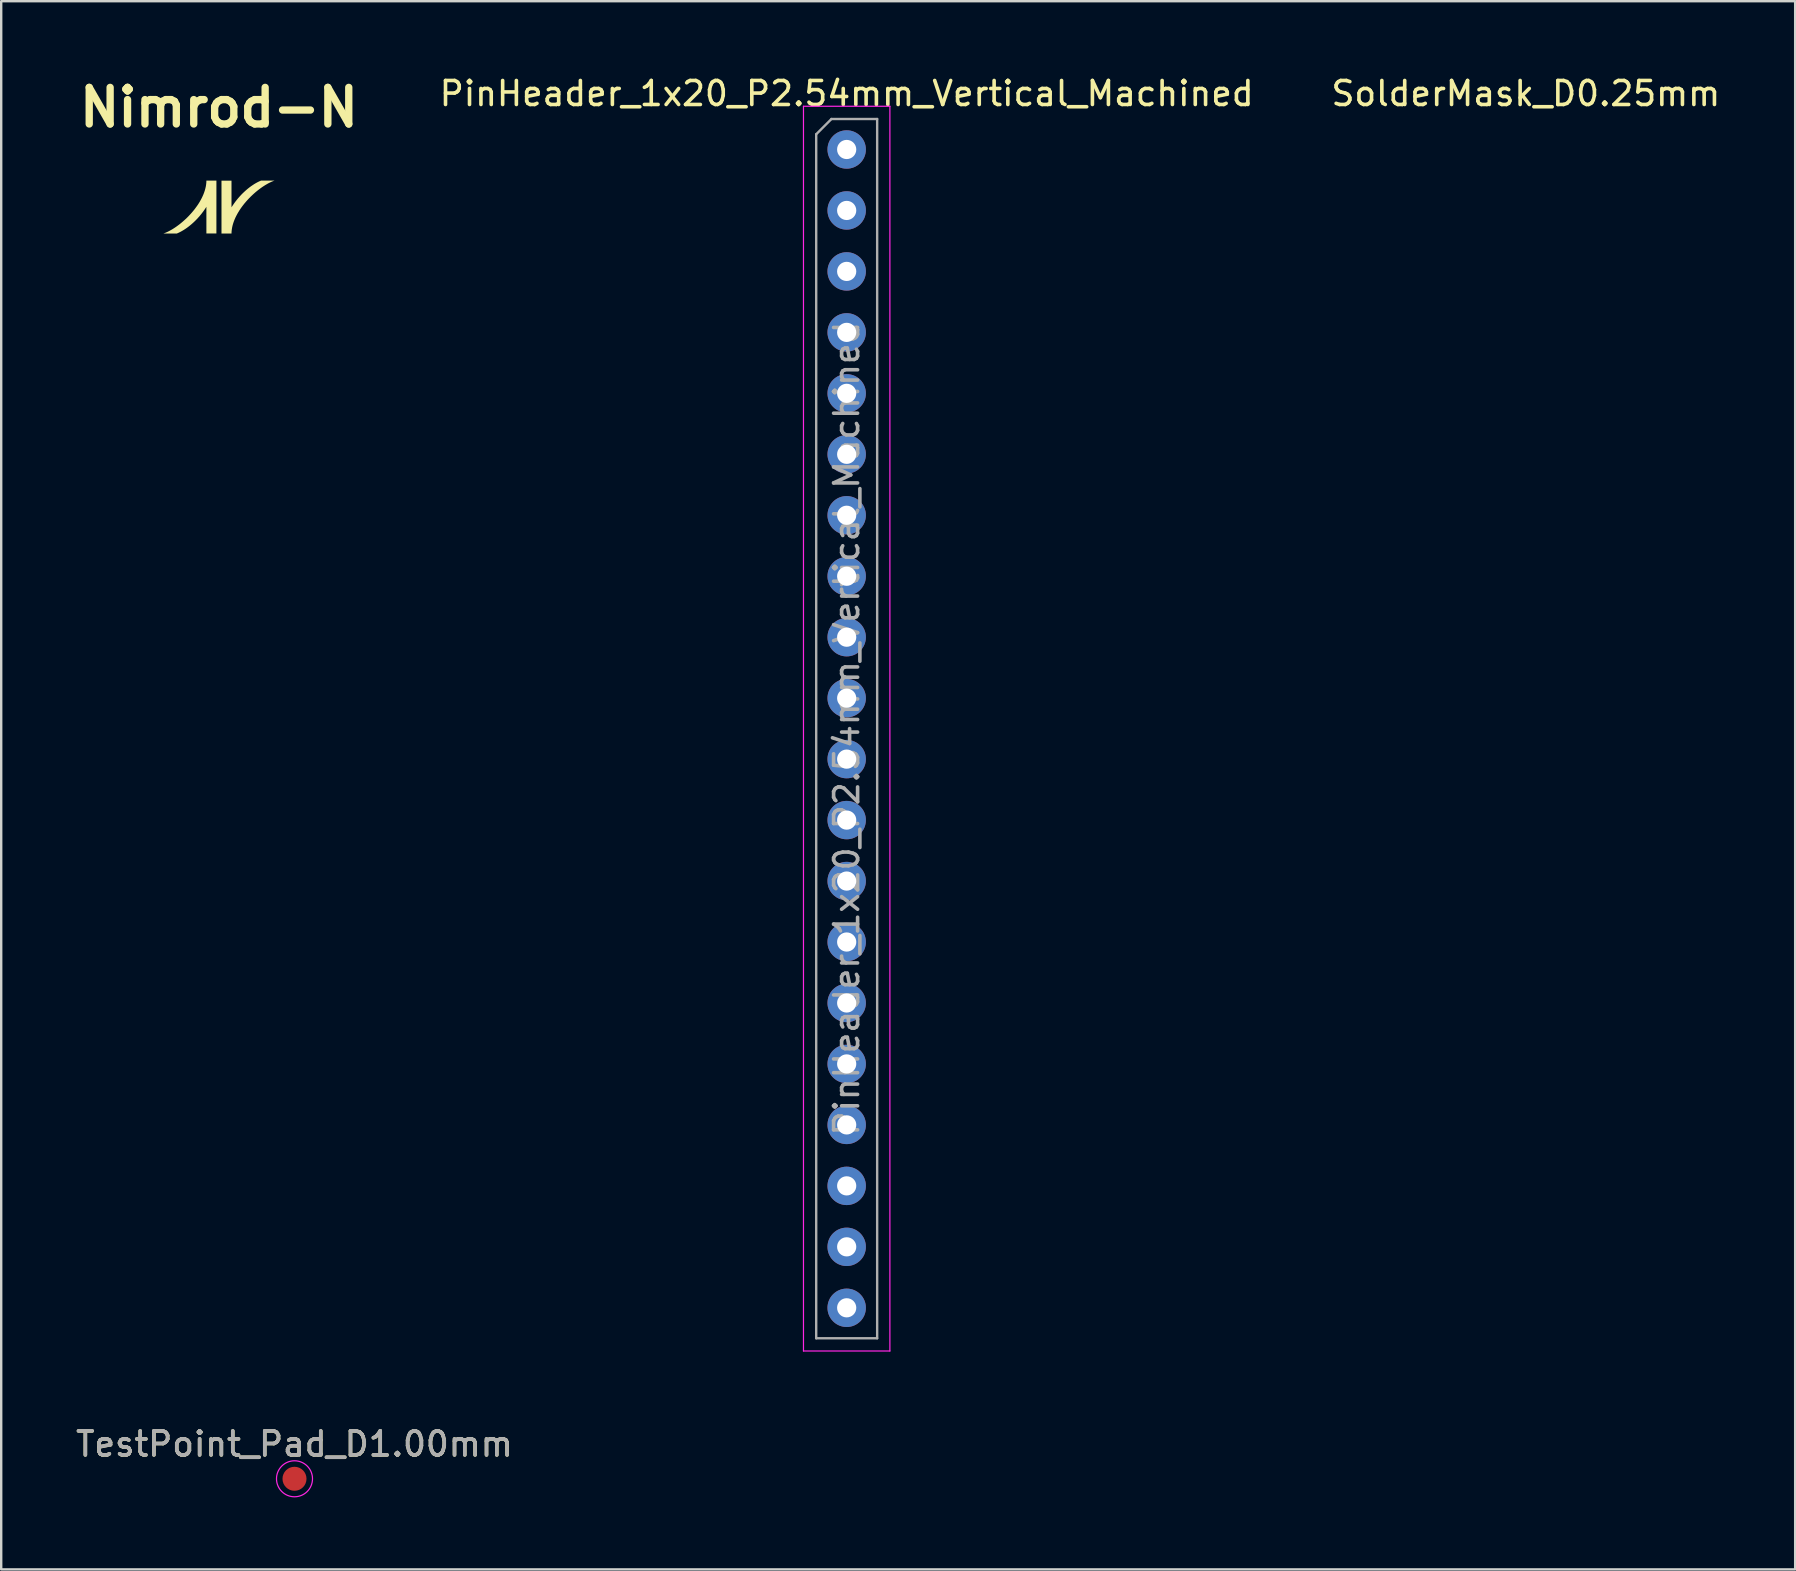
<source format=kicad_pcb>
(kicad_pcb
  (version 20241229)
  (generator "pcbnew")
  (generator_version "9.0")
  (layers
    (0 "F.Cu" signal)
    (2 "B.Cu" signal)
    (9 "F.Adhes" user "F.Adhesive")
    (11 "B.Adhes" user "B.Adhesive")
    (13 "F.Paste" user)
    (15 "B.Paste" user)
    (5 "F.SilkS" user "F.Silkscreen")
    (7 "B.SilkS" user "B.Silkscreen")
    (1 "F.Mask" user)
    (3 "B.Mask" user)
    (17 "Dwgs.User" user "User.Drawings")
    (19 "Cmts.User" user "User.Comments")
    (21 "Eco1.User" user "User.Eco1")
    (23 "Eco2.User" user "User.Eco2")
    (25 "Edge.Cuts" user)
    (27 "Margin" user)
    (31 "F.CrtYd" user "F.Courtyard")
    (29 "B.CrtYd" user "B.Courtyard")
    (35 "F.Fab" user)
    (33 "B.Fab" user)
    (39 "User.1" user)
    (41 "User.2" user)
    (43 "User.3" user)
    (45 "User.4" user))
  (footprint "SolderMask_D0.25mm"
    (layer "F.Cu")
    (at 60.533 2.028)
    (property "Reference" "SolderMask_D0.25mm" (at -0.01 -1.18 0) (layer "F.SilkS") (effects (font (size 1 1) (thickness 0.15))))
    (attr board_only exclude_from_pos_files exclude_from_bom allow_missing_courtyard)
    (fp_circle (center 0 0) (end 0.125 0) (stroke (width 0) (type solid)) (fill yes) (layer "F.Mask")))
  (footprint "PinHeader_1x20_P2.54mm_Vertical_Machined"
    (layer "F.Cu")
    (at 32.226 3.178)
    (property "Reference" "PinHeader_1x20_P2.54mm_Vertical_Machined" (at 0 -2.33 0) (layer "F.SilkS") (effects (font (size 1 1) (thickness 0.15))))
    (attr through_hole)
    (fp_line (start -1.8 -1.8) (end -1.8 50.06) (stroke (width 0.05) (type solid)) (layer "F.CrtYd"))
    (fp_line (start -1.8 50.06) (end 1.8 50.06) (stroke (width 0.05) (type solid)) (layer "F.CrtYd"))
    (fp_line (start 1.8 -1.8) (end -1.8 -1.8) (stroke (width 0.05) (type solid)) (layer "F.CrtYd"))
    (fp_line (start 1.8 50.06) (end 1.8 -1.8) (stroke (width 0.05) (type solid)) (layer "F.CrtYd"))
    (fp_line (start -1.27 -0.635) (end -0.635 -1.27) (stroke (width 0.1) (type solid)) (layer "F.Fab"))
    (fp_line (start -1.27 49.53) (end -1.27 -0.635) (stroke (width 0.1) (type solid)) (layer "F.Fab"))
    (fp_line (start -0.635 -1.27) (end 1.27 -1.27) (stroke (width 0.1) (type solid)) (layer "F.Fab"))
    (fp_line (start 1.27 -1.27) (end 1.27 49.53) (stroke (width 0.1) (type solid)) (layer "F.Fab"))
    (fp_line (start 1.27 49.53) (end -1.27 49.53) (stroke (width 0.1) (type solid)) (layer "F.Fab"))
    (fp_text user "${REFERENCE}" (at 0 24.13 90) (layer "F.Fab") (effects (font (size 1 1) (thickness 0.15))))
    (pad "1" thru_hole circle (at 0 0) (size 1.6 1.6) (drill 0.8) (layers "*.Cu" "*.Mask"))
    (pad "2" thru_hole circle (at 0 2.54) (size 1.6 1.6) (drill 0.8) (layers "*.Cu" "*.Mask"))
    (pad "3" thru_hole circle (at 0 5.08) (size 1.6 1.6) (drill 0.8) (layers "*.Cu" "*.Mask"))
    (pad "4" thru_hole circle (at 0 7.62) (size 1.6 1.6) (drill 0.8) (layers "*.Cu" "*.Mask"))
    (pad "5" thru_hole circle (at 0 10.16) (size 1.6 1.6) (drill 0.8) (layers "*.Cu" "*.Mask"))
    (pad "6" thru_hole circle (at 0 12.7) (size 1.6 1.6) (drill 0.8) (layers "*.Cu" "*.Mask"))
    (pad "7" thru_hole circle (at 0 15.24) (size 1.6 1.6) (drill 0.8) (layers "*.Cu" "*.Mask"))
    (pad "8" thru_hole circle (at 0 17.78) (size 1.6 1.6) (drill 0.8) (layers "*.Cu" "*.Mask"))
    (pad "9" thru_hole circle (at 0 20.32) (size 1.6 1.6) (drill 0.8) (layers "*.Cu" "*.Mask"))
    (pad "10" thru_hole circle (at 0 22.86) (size 1.6 1.6) (drill 0.8) (layers "*.Cu" "*.Mask"))
    (pad "11" thru_hole circle (at 0 25.4) (size 1.6 1.6) (drill 0.8) (layers "*.Cu" "*.Mask"))
    (pad "12" thru_hole circle (at 0 27.94) (size 1.6 1.6) (drill 0.8) (layers "*.Cu" "*.Mask"))
    (pad "13" thru_hole circle (at 0 30.48) (size 1.6 1.6) (drill 0.8) (layers "*.Cu" "*.Mask"))
    (pad "14" thru_hole circle (at 0 33.02) (size 1.6 1.6) (drill 0.8) (layers "*.Cu" "*.Mask"))
    (pad "15" thru_hole circle (at 0 35.56) (size 1.6 1.6) (drill 0.8) (layers "*.Cu" "*.Mask"))
    (pad "16" thru_hole circle (at 0 38.1) (size 1.6 1.6) (drill 0.8) (layers "*.Cu" "*.Mask"))
    (pad "17" thru_hole circle (at 0 40.64) (size 1.6 1.6) (drill 0.8) (layers "*.Cu" "*.Mask"))
    (pad "18" thru_hole circle (at 0 43.18) (size 1.6 1.6) (drill 0.8) (layers "*.Cu" "*.Mask"))
    (pad "19" thru_hole circle (at 0 45.72) (size 1.6 1.6) (drill 0.8) (layers "*.Cu" "*.Mask"))
    (pad "20" thru_hole circle (at 0 48.26) (size 1.6 1.6) (drill 0.8) (layers "*.Cu" "*.Mask")))
  (footprint "Nimrod-N"
    (layer "F.Cu")
    (at 6.074 5.577)
    (property "Reference" "Nimrod-N" (at 0 -4.151 0) (layer "F.SilkS") (effects (font (size 1.524 1.524) (thickness 0.305))))
    (attr board_only exclude_from_pos_files exclude_from_bom allow_missing_courtyard)
    (fp_poly (pts (xy -0.525 -1.102) (xy -0.525 -1.094) (xy -0.528 -1.014) (xy -0.537 -0.933) (xy -0.55 -0.852) (xy -0.569 -0.771) (xy -0.591 -0.69) (xy -0.618 -0.609) (xy -0.649 -0.528) (xy -0.684 -0.448) (xy -0.722 -0.369) (xy -0.764 -0.29) (xy -0.808 -0.212) (xy -0.856 -0.135) (xy -0.907 -0.059) (xy -0.961 0.016) (xy -1.016 0.09) (xy -1.074 0.162) (xy -1.134 0.233) (xy -1.196 0.302) (xy -1.259 0.37) (xy -1.323 0.435) (xy -1.389 0.498) (xy -1.456 0.559) (xy -1.523 0.618) (xy -1.591 0.675) (xy -1.659 0.729) (xy -1.728 0.78) (xy -1.796 0.829) (xy -1.864 0.874) (xy -1.931 0.917) (xy -1.998 0.956) (xy -2.064 0.992) (xy -2.128 1.025) (xy -2.192 1.054) (xy -2.254 1.08) (xy -2.314 1.102) (xy -2.278 1.102) (xy -2.197 1.102) (xy -2.09 1.102) (xy -1.975 1.102) (xy -1.868 1.102) (xy -1.789 1.102) (xy -1.756 1.102) (xy -1.687 1.072) (xy -1.617 1.038) (xy -1.547 1) (xy -1.476 0.958) (xy -1.406 0.913) (xy -1.336 0.865) (xy -1.266 0.813) (xy -1.197 0.758) (xy -1.129 0.7) (xy -1.061 0.639) (xy -0.995 0.576) (xy -0.93 0.51) (xy -0.866 0.441) (xy -0.804 0.371) (xy -0.744 0.298) (xy -0.686 0.223) (xy -0.63 0.147) (xy -0.576 0.069) (xy -0.525 -0.01) (xy -0.525 1.101) (xy -0.108 1.101) (xy -0.107 -1.102) (xy -0.525 -1.102)) (stroke (width 0) (type solid)) (fill yes) (layer "F.SilkS"))
    (fp_poly (pts (xy 1.751 -1.102) (xy 1.681 -1.072) (xy 1.611 -1.038) (xy 1.541 -1) (xy 1.471 -0.959) (xy 1.401 -0.913) (xy 1.331 -0.865) (xy 1.261 -0.813) (xy 1.192 -0.758) (xy 1.124 -0.7) (xy 1.057 -0.639) (xy 0.99 -0.576) (xy 0.925 -0.51) (xy 0.862 -0.441) (xy 0.8 -0.371) (xy 0.74 -0.298) (xy 0.682 -0.224) (xy 0.626 -0.147) (xy 0.573 -0.069) (xy 0.521 0.01) (xy 0.521 -1.101) (xy 0.104 -1.101) (xy 0.104 1.102) (xy 0.521 1.102) (xy 0.521 1.094) (xy 0.525 1.013) (xy 0.534 0.933) (xy 0.547 0.852) (xy 0.565 0.771) (xy 0.588 0.69) (xy 0.615 0.609) (xy 0.646 0.528) (xy 0.68 0.448) (xy 0.719 0.369) (xy 0.761 0.29) (xy 0.806 0.212) (xy 0.854 0.134) (xy 0.905 0.058) (xy 0.958 -0.017) (xy 1.014 -0.09) (xy 1.072 -0.163) (xy 1.132 -0.233) (xy 1.194 -0.302) (xy 1.257 -0.37) (xy 1.322 -0.435) (xy 1.388 -0.498) (xy 1.455 -0.56) (xy 1.522 -0.619) (xy 1.59 -0.675) (xy 1.658 -0.729) (xy 1.727 -0.78) (xy 1.795 -0.829) (xy 1.863 -0.874) (xy 1.931 -0.917) (xy 1.998 -0.956) (xy 2.063 -0.993) (xy 2.128 -1.025) (xy 2.192 -1.055) (xy 2.253 -1.08) (xy 2.313 -1.102) (xy 2.282 -1.102) (xy 2.202 -1.102) (xy 2.092 -1.102) (xy 1.972 -1.102) (xy 1.862 -1.102) (xy 1.781 -1.102) (xy 1.751 -1.102)) (stroke (width 0) (type solid)) (fill yes) (layer "F.SilkS")))
  (footprint "TestPoint_Pad_D1.00mm"
    (layer "F.Cu")
    (at 9.22 58.562)
    (property "Reference" "TestPoint_Pad_D1.00mm" (at 0 -1.448 0) (layer "F.SilkS") (effects (font (size 1 1) (thickness 0.15))))
    (attr smd board_only exclude_from_pos_files exclude_from_bom)
    (fp_circle (center 0 0) (end 0.75 0) (stroke (width 0.05) (type solid)) (fill no) (layer "F.CrtYd"))
    (fp_text user "${REFERENCE}" (at 0 -1.45 0) (layer "F.Fab") (effects (font (size 1 1) (thickness 0.15))))
    (pad "1" smd circle (at 0 0) (size 1 1) (property pad_prop_testpoint) (layers "F.Cu" "F.Mask")))
  (gr_rect
    (start -3 -3)
    (end 71.744 62.337)
    (stroke (width 0.1) (type default))
    (fill no)
    (layer "Edge.Cuts")))
</source>
